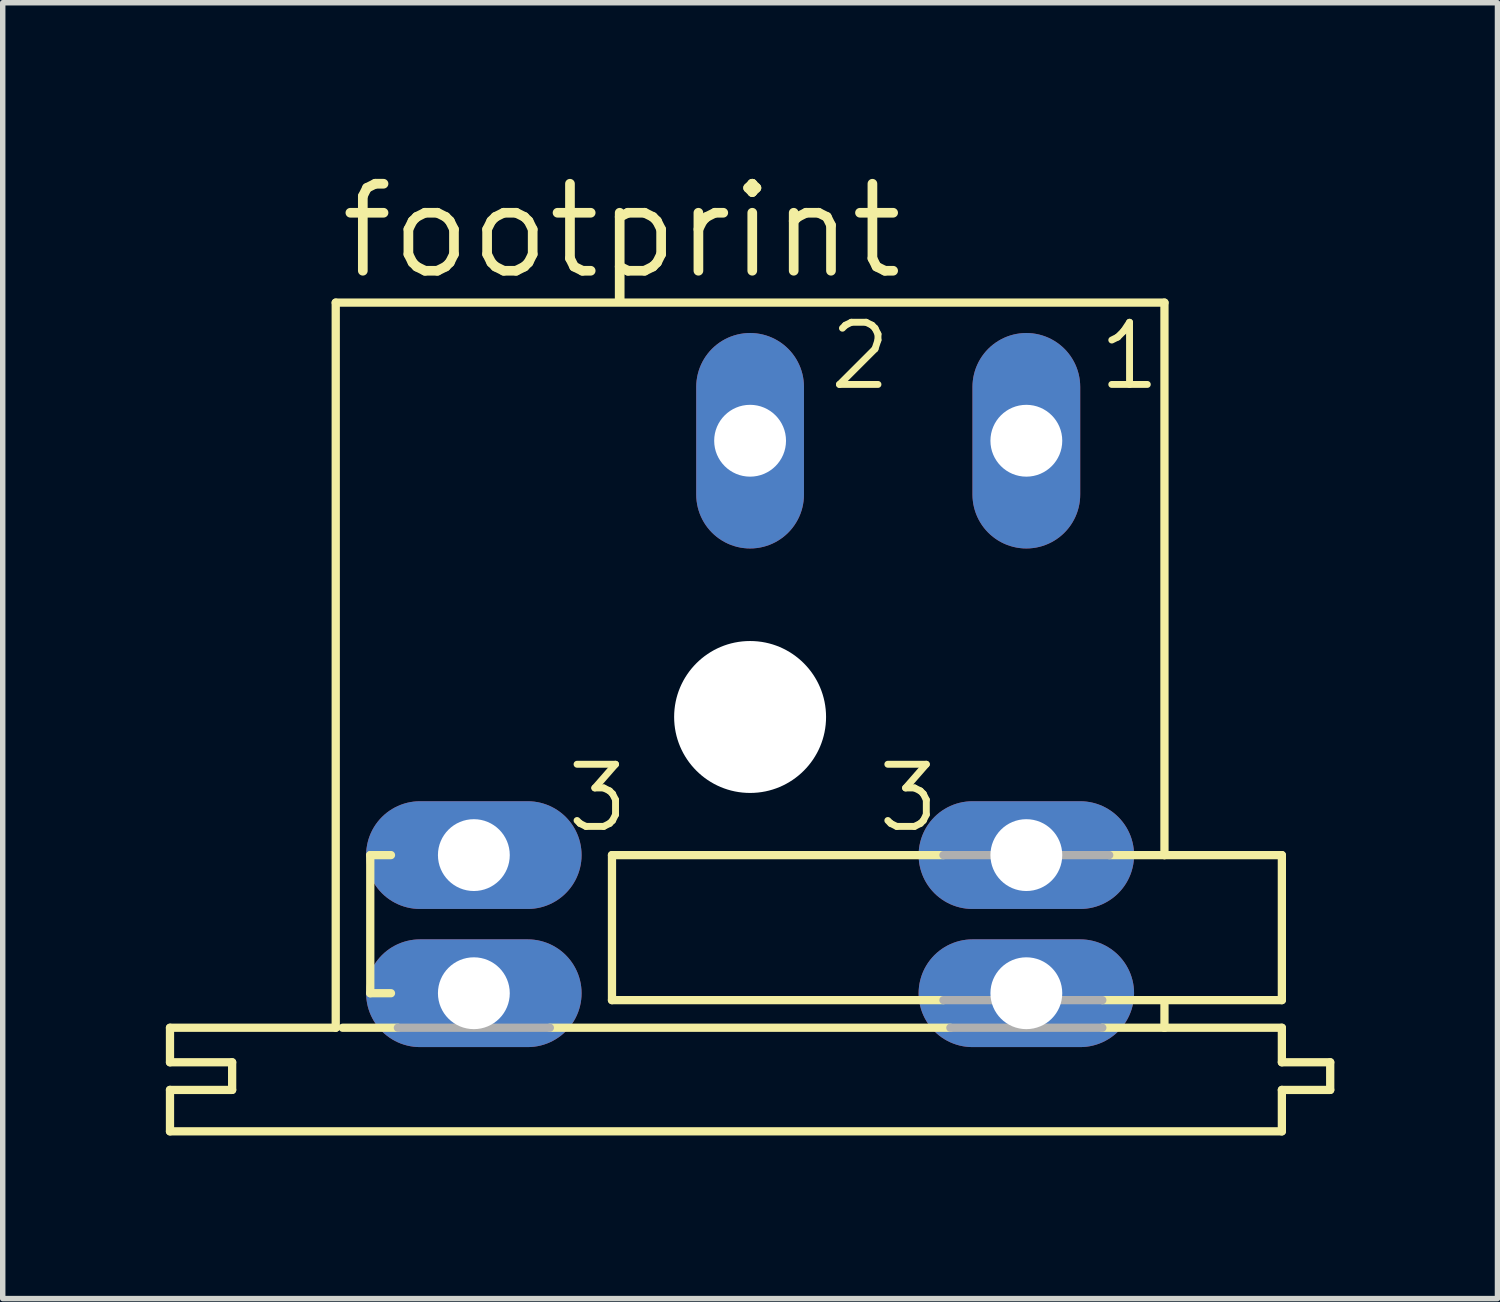
<source format=kicad_pcb>
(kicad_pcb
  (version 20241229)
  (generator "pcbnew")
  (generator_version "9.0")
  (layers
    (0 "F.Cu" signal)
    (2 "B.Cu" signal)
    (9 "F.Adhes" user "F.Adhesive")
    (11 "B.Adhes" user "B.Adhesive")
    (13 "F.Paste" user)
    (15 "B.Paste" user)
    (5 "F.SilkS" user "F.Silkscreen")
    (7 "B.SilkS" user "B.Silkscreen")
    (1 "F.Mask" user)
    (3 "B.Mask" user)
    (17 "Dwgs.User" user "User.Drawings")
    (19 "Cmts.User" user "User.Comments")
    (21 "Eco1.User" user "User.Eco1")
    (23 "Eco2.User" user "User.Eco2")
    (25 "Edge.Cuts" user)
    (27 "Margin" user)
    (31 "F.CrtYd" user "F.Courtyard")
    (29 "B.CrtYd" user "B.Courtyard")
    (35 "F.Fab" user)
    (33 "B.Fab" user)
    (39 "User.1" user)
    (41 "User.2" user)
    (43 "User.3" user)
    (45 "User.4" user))
  (footprint "footprint"
    (layer "F.Cu")
    (at 10.744 10.135)
    (property "Reference" "footprint" (at -7.62 -8.001 0) (layer "F.SilkS") (effects (font (size 1.6 1.6) (thickness 0.178)) (justify left bottom)))
    (fp_line (start -10.668 6.35) (end -10.668 5.715) (stroke (width 0.152) (type solid)) (layer "F.SilkS"))
    (fp_line (start -10.668 6.35) (end -9.525 6.35) (stroke (width 0.152) (type solid)) (layer "F.SilkS"))
    (fp_line (start -10.668 7.62) (end -10.668 6.858) (stroke (width 0.152) (type solid)) (layer "F.SilkS"))
    (fp_line (start -10.668 7.62) (end 9.779 7.62) (stroke (width 0.152) (type solid)) (layer "F.SilkS"))
    (fp_line (start -9.525 6.858) (end -10.668 6.858) (stroke (width 0.152) (type solid)) (layer "F.SilkS"))
    (fp_line (start -9.525 6.858) (end -9.525 6.35) (stroke (width 0.152) (type solid)) (layer "F.SilkS"))
    (fp_line (start -7.62 -7.62) (end -7.62 5.715) (stroke (width 0.152) (type solid)) (layer "F.SilkS"))
    (fp_line (start -7.62 5.715) (end -10.668 5.715) (stroke (width 0.152) (type solid)) (layer "F.SilkS"))
    (fp_line (start -7.493 5.715) (end -6.477 5.715) (stroke (width 0.152) (type solid)) (layer "F.SilkS"))
    (fp_line (start -6.985 2.54) (end -6.985 5.08) (stroke (width 0.152) (type solid)) (layer "F.SilkS"))
    (fp_line (start -6.985 5.08) (end -6.604 5.08) (stroke (width 0.152) (type solid)) (layer "F.SilkS"))
    (fp_line (start -6.604 2.54) (end -6.985 2.54) (stroke (width 0.152) (type solid)) (layer "F.SilkS"))
    (fp_line (start -3.683 5.715) (end 3.683 5.715) (stroke (width 0.152) (type solid)) (layer "F.SilkS"))
    (fp_line (start -2.54 2.54) (end -2.54 5.207) (stroke (width 0.152) (type solid)) (layer "F.SilkS"))
    (fp_line (start -2.54 5.207) (end 3.556 5.207) (stroke (width 0.152) (type solid)) (layer "F.SilkS"))
    (fp_line (start 3.556 2.54) (end -2.54 2.54) (stroke (width 0.152) (type solid)) (layer "F.SilkS"))
    (fp_line (start 6.477 5.207) (end 7.62 5.207) (stroke (width 0.152) (type solid)) (layer "F.SilkS"))
    (fp_line (start 6.477 5.715) (end 7.62 5.715) (stroke (width 0.152) (type solid)) (layer "F.SilkS"))
    (fp_line (start 7.62 -7.62) (end -7.62 -7.62) (stroke (width 0.152) (type solid)) (layer "F.SilkS"))
    (fp_line (start 7.62 -7.62) (end 7.62 2.54) (stroke (width 0.152) (type solid)) (layer "F.SilkS"))
    (fp_line (start 7.62 2.54) (end 6.604 2.54) (stroke (width 0.152) (type solid)) (layer "F.SilkS"))
    (fp_line (start 7.62 5.715) (end 7.62 5.207) (stroke (width 0.152) (type solid)) (layer "F.SilkS"))
    (fp_line (start 9.779 2.54) (end 7.62 2.54) (stroke (width 0.152) (type solid)) (layer "F.SilkS"))
    (fp_line (start 9.779 5.207) (end 7.62 5.207) (stroke (width 0.152) (type solid)) (layer "F.SilkS"))
    (fp_line (start 9.779 5.207) (end 9.779 2.54) (stroke (width 0.152) (type solid)) (layer "F.SilkS"))
    (fp_line (start 9.779 5.715) (end 7.62 5.715) (stroke (width 0.152) (type solid)) (layer "F.SilkS"))
    (fp_line (start 9.779 5.715) (end 9.779 6.35) (stroke (width 0.152) (type solid)) (layer "F.SilkS"))
    (fp_line (start 9.779 7.62) (end 9.779 6.858) (stroke (width 0.152) (type solid)) (layer "F.SilkS"))
    (fp_line (start 10.668 6.35) (end 9.779 6.35) (stroke (width 0.152) (type solid)) (layer "F.SilkS"))
    (fp_line (start 10.668 6.858) (end 9.779 6.858) (stroke (width 0.152) (type solid)) (layer "F.SilkS"))
    (fp_line (start 10.668 6.858) (end 10.668 6.35) (stroke (width 0.152) (type solid)) (layer "F.SilkS"))
    (fp_line (start -3.683 5.715) (end -6.477 5.715) (stroke (width 0.152) (type solid)) (layer "F.Fab"))
    (fp_line (start 3.556 5.207) (end 6.477 5.207) (stroke (width 0.152) (type solid)) (layer "F.Fab"))
    (fp_line (start 6.477 5.715) (end 3.683 5.715) (stroke (width 0.152) (type solid)) (layer "F.Fab"))
    (fp_line (start 6.604 2.54) (end 3.556 2.54) (stroke (width 0.152) (type solid)) (layer "F.Fab"))
    (fp_text user "1" (at 6.35 -5.969 0) (layer "F.SilkS") (effects (font (size 1.143 1.143) (thickness 0.127)) (justify left bottom)))
    (fp_text user "3" (at -3.429 2.159 0) (layer "F.SilkS") (effects (font (size 1.143 1.143) (thickness 0.127)) (justify left bottom)))
    (fp_text user "2" (at 1.397 -5.969 0) (layer "F.SilkS") (effects (font (size 1.143 1.143) (thickness 0.127)) (justify left bottom)))
    (fp_text user "3 " (at 2.286 2.159 0) (layer "F.SilkS") (effects (font (size 1.143 1.143) (thickness 0.127)) (justify left bottom)))
    (pad "" np_thru_hole circle (at 0 0) (size 2.794 2.794) (drill 2.794) (layers "*.Cu" "*.Mask"))
    (pad "1" thru_hole oval (at 5.08 -5.08 90) (size 3.962 1.981) (drill 1.321) (layers "*.Cu" "*.Mask"))
    (pad "2" thru_hole oval (at 0 -5.08 90) (size 3.962 1.981) (drill 1.321) (layers "*.Cu" "*.Mask"))
    (pad "3" thru_hole oval (at -5.08 2.54) (size 3.962 1.981) (drill 1.321) (layers "*.Cu" "*.Mask"))
    (pad "3@1" thru_hole oval (at -5.08 5.08) (size 3.962 1.981) (drill 1.321) (layers "*.Cu" "*.Mask"))
    (pad "3@2" thru_hole oval (at 5.08 5.08) (size 3.962 1.981) (drill 1.321) (layers "*.Cu" "*.Mask"))
    (pad "3@3" thru_hole oval (at 5.08 2.54) (size 3.962 1.981) (drill 1.321) (layers "*.Cu" "*.Mask")))
  (gr_rect
    (start -3 -3)
    (end 24.488 20.831)
    (stroke (width 0.1) (type default))
    (fill no)
    (layer "Edge.Cuts")))
</source>
